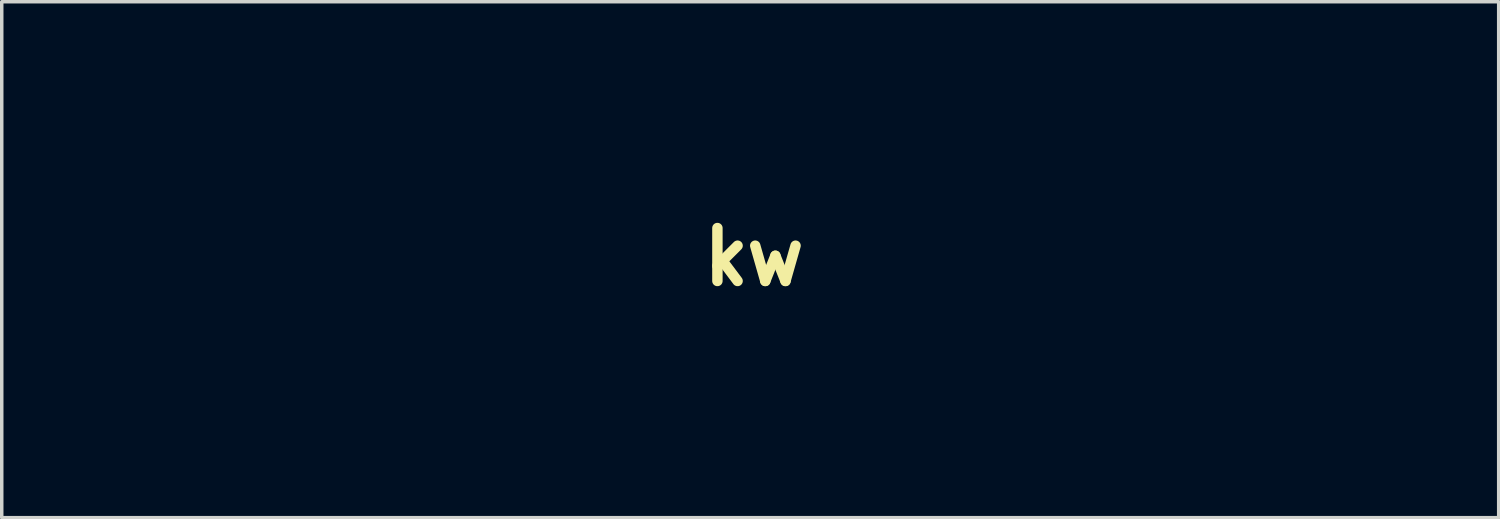
<source format=kicad_pcb>
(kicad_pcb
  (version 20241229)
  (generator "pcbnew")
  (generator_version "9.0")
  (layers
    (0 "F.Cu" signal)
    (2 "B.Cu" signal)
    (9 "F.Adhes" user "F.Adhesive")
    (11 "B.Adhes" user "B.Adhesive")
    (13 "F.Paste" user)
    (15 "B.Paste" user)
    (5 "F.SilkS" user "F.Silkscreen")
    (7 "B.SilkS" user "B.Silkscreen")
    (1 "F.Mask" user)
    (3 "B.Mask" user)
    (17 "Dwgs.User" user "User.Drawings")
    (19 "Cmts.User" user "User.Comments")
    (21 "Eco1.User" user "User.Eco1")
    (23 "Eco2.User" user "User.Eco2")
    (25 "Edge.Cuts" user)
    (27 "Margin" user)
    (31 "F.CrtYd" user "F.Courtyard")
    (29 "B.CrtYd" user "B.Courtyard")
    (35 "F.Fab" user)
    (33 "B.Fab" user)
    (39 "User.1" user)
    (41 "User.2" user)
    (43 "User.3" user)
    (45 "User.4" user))
  (footprint "kw"
    (layer "F.Cu")
    (at 18.654 4.349)
    (property "Reference" "kw" (at 0 0 0) (layer "F.SilkS") (effects (font (size 1.524 1.524) (thickness 0.3))))
    (attr through_hole)
    (fp_poly (pts (xy -1.417 2.71) (xy -1.388 2.81) (xy -1.392 2.848) (xy -1.463 2.976) (xy -1.592 3.039) (xy -1.721 3.022) (xy -1.785 2.948) (xy -1.791 2.79) (xy -1.675 2.701) (xy -1.551 2.685) (xy -1.417 2.71)) (stroke (width 0.01) (type solid)) (fill yes) (layer "F.Mask"))
    (fp_poly (pts (xy 16.859 -4.304) (xy 17.009 -4.227) (xy 17.054 -4.131) (xy 16.99 -3.895) (xy 16.81 -3.63) (xy 16.536 -3.36) (xy 16.19 -3.106) (xy 15.915 -2.949) (xy 15.696 -2.852) (xy 15.574 -2.843) (xy 15.531 -2.92) (xy 15.53 -2.941) (xy 15.561 -3.052) (xy 15.645 -3.256) (xy 15.765 -3.515) (xy 15.82 -3.627) (xy 15.966 -3.908) (xy 16.079 -4.087) (xy 16.183 -4.194) (xy 16.307 -4.259) (xy 16.401 -4.29) (xy 16.643 -4.328) (xy 16.859 -4.304)) (stroke (width 0.01) (type solid)) (fill yes) (layer "F.Mask"))
    (fp_poly (pts (xy 15.417 -4.333) (xy 15.567 -4.254) (xy 15.648 -4.185) (xy 15.668 -4.109) (xy 15.625 -3.979) (xy 15.569 -3.852) (xy 15.384 -3.578) (xy 15.086 -3.299) (xy 14.703 -3.039) (xy 14.536 -2.949) (xy 14.317 -2.852) (xy 14.195 -2.843) (xy 14.152 -2.92) (xy 14.151 -2.941) (xy 14.183 -3.053) (xy 14.266 -3.256) (xy 14.385 -3.515) (xy 14.438 -3.622) (xy 14.594 -3.916) (xy 14.72 -4.104) (xy 14.837 -4.215) (xy 14.957 -4.273) (xy 15.223 -4.344) (xy 15.417 -4.333)) (stroke (width 0.01) (type solid)) (fill yes) (layer "F.Mask"))
    (fp_poly (pts (xy 16.864 0.658) (xy 16.993 0.68) (xy 17.045 0.733) (xy 17.054 0.814) (xy 17.022 1.017) (xy 16.94 1.281) (xy 16.832 1.542) (xy 16.722 1.737) (xy 16.704 1.76) (xy 16.586 1.841) (xy 16.385 1.88) (xy 16.176 1.887) (xy 15.942 1.875) (xy 15.77 1.844) (xy 15.711 1.813) (xy 15.704 1.695) (xy 15.75 1.494) (xy 15.832 1.255) (xy 15.935 1.023) (xy 16.044 0.844) (xy 16.048 0.839) (xy 16.151 0.732) (xy 16.277 0.676) (xy 16.474 0.655) (xy 16.624 0.653) (xy 16.864 0.658)) (stroke (width 0.01) (type solid)) (fill yes) (layer "F.Mask"))
    (fp_poly (pts (xy 11.858 3.283) (xy 12.071 3.349) (xy 12.195 3.49) (xy 12.252 3.728) (xy 12.265 4.049) (xy 12.261 4.298) (xy 12.243 4.434) (xy 12.198 4.487) (xy 12.116 4.488) (xy 12.101 4.486) (xy 12.011 4.459) (xy 11.958 4.385) (xy 11.931 4.231) (xy 11.916 4.01) (xy 11.895 3.556) (xy 11.401 3.556) (xy 11.379 4.01) (xy 11.362 4.26) (xy 11.331 4.4) (xy 11.274 4.465) (xy 11.194 4.486) (xy 11.115 4.49) (xy 11.067 4.457) (xy 11.042 4.359) (xy 11.032 4.168) (xy 11.031 3.888) (xy 11.031 3.266) (xy 11.535 3.266) (xy 11.858 3.283)) (stroke (width 0.01) (type solid)) (fill yes) (layer "F.Mask"))
    (fp_poly (pts (xy 18.433 -2.703) (xy 18.404 -2.585) (xy 18.327 -2.364) (xy 18.212 -2.067) (xy 18.072 -1.72) (xy 17.917 -1.352) (xy 17.759 -0.989) (xy 17.61 -0.657) (xy 17.481 -0.384) (xy 17.384 -0.198) (xy 17.335 -0.127) (xy 17.166 -0.043) (xy 16.941 -0.000335) (xy 16.71 0.001) (xy 16.52 -0.041) (xy 16.422 -0.122) (xy 16.427 -0.238) (xy 16.475 -0.455) (xy 16.555 -0.739) (xy 16.656 -1.055) (xy 16.768 -1.37) (xy 16.88 -1.65) (xy 16.979 -1.861) (xy 16.999 -1.895) (xy 17.125 -2.047) (xy 17.32 -2.215) (xy 17.556 -2.382) (xy 17.806 -2.534) (xy 18.046 -2.657) (xy 18.248 -2.735) (xy 18.385 -2.754) (xy 18.433 -2.703)) (stroke (width 0.01) (type solid)) (fill yes) (layer "F.Mask"))
    (fp_poly (pts (xy -1.756 3.278) (xy -1.73 3.279) (xy -1.415 3.302) (xy -1.394 3.756) (xy -1.376 4.006) (xy -1.346 4.144) (xy -1.291 4.2) (xy -1.23 4.209) (xy -1.111 4.262) (xy -1.089 4.354) (xy -1.103 4.433) (xy -1.169 4.477) (xy -1.317 4.496) (xy -1.56 4.499) (xy -1.816 4.495) (xy -1.958 4.475) (xy -2.019 4.429) (xy -2.032 4.354) (xy -1.989 4.24) (xy -1.851 4.209) (xy -1.738 4.195) (xy -1.685 4.128) (xy -1.67 3.967) (xy -1.669 3.888) (xy -1.679 3.684) (xy -1.723 3.583) (xy -1.819 3.545) (xy -1.832 3.543) (xy -1.97 3.473) (xy -2.019 3.388) (xy -2.015 3.307) (xy -1.939 3.275) (xy -1.756 3.278)) (stroke (width 0.01) (type solid)) (fill yes) (layer "F.Mask"))
    (fp_poly (pts (xy 9.028 2.864) (xy 9.238 2.956) (xy 9.343 3.092) (xy 9.337 3.227) (xy 9.241 3.325) (xy 9.119 3.317) (xy 9.045 3.229) (xy 8.94 3.147) (xy 8.747 3.121) (xy 8.491 3.121) (xy 8.491 4.209) (xy 8.747 4.209) (xy 8.953 4.178) (xy 9.045 4.1) (xy 9.14 4.003) (xy 9.263 4.014) (xy 9.337 4.103) (xy 9.334 4.263) (xy 9.209 4.392) (xy 8.984 4.476) (xy 8.738 4.499) (xy 8.493 4.487) (xy 8.346 4.441) (xy 8.246 4.346) (xy 8.241 4.338) (xy 8.165 4.137) (xy 8.13 3.808) (xy 8.128 3.665) (xy 8.144 3.301) (xy 8.201 3.058) (xy 8.316 2.914) (xy 8.506 2.845) (xy 8.738 2.83) (xy 9.028 2.864)) (stroke (width 0.01) (type solid)) (fill yes) (layer "F.Mask"))
    (fp_poly (pts (xy 2.446 3.3) (xy 2.639 3.415) (xy 2.736 3.629) (xy 2.758 3.883) (xy 2.723 4.188) (xy 2.608 4.38) (xy 2.395 4.478) (xy 2.141 4.499) (xy 1.895 4.488) (xy 1.746 4.444) (xy 1.647 4.352) (xy 1.637 4.338) (xy 1.563 4.16) (xy 1.525 3.927) (xy 1.524 3.883) (xy 1.887 3.883) (xy 1.892 4.083) (xy 1.929 4.178) (xy 2.028 4.207) (xy 2.141 4.209) (xy 2.297 4.202) (xy 2.371 4.155) (xy 2.393 4.028) (xy 2.395 3.883) (xy 2.389 3.682) (xy 2.353 3.587) (xy 2.254 3.558) (xy 2.141 3.556) (xy 1.985 3.563) (xy 1.911 3.61) (xy 1.888 3.737) (xy 1.887 3.883) (xy 1.524 3.883) (xy 1.558 3.577) (xy 1.673 3.385) (xy 1.887 3.287) (xy 2.141 3.266) (xy 2.446 3.3)) (stroke (width 0.01) (type solid)) (fill yes) (layer "F.Mask"))
    (fp_poly (pts (xy 5.349 3.3) (xy 5.542 3.415) (xy 5.639 3.629) (xy 5.661 3.883) (xy 5.626 4.188) (xy 5.511 4.38) (xy 5.297 4.478) (xy 5.044 4.499) (xy 4.798 4.488) (xy 4.649 4.444) (xy 4.55 4.352) (xy 4.54 4.338) (xy 4.466 4.16) (xy 4.428 3.927) (xy 4.427 3.883) (xy 4.79 3.883) (xy 4.795 4.083) (xy 4.832 4.178) (xy 4.931 4.207) (xy 5.044 4.209) (xy 5.2 4.202) (xy 5.274 4.155) (xy 5.296 4.028) (xy 5.298 3.883) (xy 5.292 3.682) (xy 5.256 3.587) (xy 5.157 3.558) (xy 5.044 3.556) (xy 4.888 3.563) (xy 4.814 3.61) (xy 4.791 3.737) (xy 4.79 3.883) (xy 4.427 3.883) (xy 4.461 3.577) (xy 4.576 3.385) (xy 4.79 3.287) (xy 5.044 3.266) (xy 5.349 3.3)) (stroke (width 0.01) (type solid)) (fill yes) (layer "F.Mask"))
    (fp_poly (pts (xy 10.502 3.3) (xy 10.694 3.415) (xy 10.792 3.629) (xy 10.813 3.883) (xy 10.779 4.188) (xy 10.664 4.38) (xy 10.45 4.478) (xy 10.196 4.499) (xy 9.95 4.488) (xy 9.801 4.444) (xy 9.702 4.352) (xy 9.692 4.338) (xy 9.618 4.16) (xy 9.581 3.927) (xy 9.579 3.883) (xy 9.942 3.883) (xy 9.948 4.083) (xy 9.984 4.178) (xy 10.083 4.207) (xy 10.196 4.209) (xy 10.352 4.202) (xy 10.426 4.155) (xy 10.449 4.028) (xy 10.45 3.883) (xy 10.445 3.682) (xy 10.408 3.587) (xy 10.309 3.558) (xy 10.196 3.556) (xy 10.04 3.563) (xy 9.966 3.61) (xy 9.944 3.737) (xy 9.942 3.883) (xy 9.579 3.883) (xy 9.614 3.577) (xy 9.729 3.385) (xy 9.943 3.287) (xy 10.196 3.266) (xy 10.502 3.3)) (stroke (width 0.01) (type solid)) (fill yes) (layer "F.Mask"))
    (fp_poly (pts (xy -3.41 2.698) (xy -3.366 2.756) (xy -3.345 2.89) (xy -3.339 3.128) (xy -3.338 3.235) (xy -3.338 3.785) (xy -3.035 3.525) (xy -2.803 3.356) (xy -2.62 3.275) (xy -2.504 3.275) (xy -2.471 3.351) (xy -2.541 3.497) (xy -2.663 3.643) (xy -2.858 3.847) (xy -2.626 4.086) (xy -2.487 4.248) (xy -2.404 4.378) (xy -2.395 4.412) (xy -2.443 4.493) (xy -2.567 4.482) (xy -2.738 4.388) (xy -2.878 4.27) (xy -3.035 4.133) (xy -3.137 4.092) (xy -3.223 4.131) (xy -3.226 4.134) (xy -3.321 4.277) (xy -3.338 4.363) (xy -3.394 4.478) (xy -3.483 4.499) (xy -3.544 4.491) (xy -3.584 4.451) (xy -3.61 4.354) (xy -3.623 4.179) (xy -3.628 3.9) (xy -3.629 3.592) (xy -3.627 3.216) (xy -3.621 2.961) (xy -3.605 2.804) (xy -3.577 2.721) (xy -3.533 2.69) (xy -3.483 2.685) (xy -3.41 2.698)) (stroke (width 0.01) (type solid)) (fill yes) (layer "F.Mask"))
    (fp_poly (pts (xy 3.132 2.697) (xy 3.139 2.698) (xy 3.253 2.745) (xy 3.309 2.869) (xy 3.325 2.994) (xy 3.346 3.162) (xy 3.401 3.241) (xy 3.533 3.264) (xy 3.665 3.266) (xy 3.897 3.286) (xy 4.039 3.36) (xy 4.096 3.427) (xy 4.183 3.65) (xy 4.204 3.932) (xy 4.16 4.202) (xy 4.096 4.338) (xy 4.017 4.425) (xy 3.905 4.474) (xy 3.722 4.495) (xy 3.479 4.499) (xy 2.975 4.499) (xy 2.975 3.883) (xy 3.338 3.883) (xy 3.344 4.083) (xy 3.38 4.178) (xy 3.479 4.207) (xy 3.592 4.209) (xy 3.748 4.202) (xy 3.822 4.155) (xy 3.845 4.028) (xy 3.846 3.883) (xy 3.841 3.682) (xy 3.804 3.587) (xy 3.705 3.558) (xy 3.592 3.556) (xy 3.436 3.563) (xy 3.362 3.61) (xy 3.34 3.737) (xy 3.338 3.883) (xy 2.975 3.883) (xy 2.975 3.587) (xy 2.976 3.21) (xy 2.982 2.956) (xy 2.995 2.8) (xy 3.022 2.72) (xy 3.066 2.694) (xy 3.132 2.697)) (stroke (width 0.01) (type solid)) (fill yes) (layer "F.Mask"))
    (fp_poly (pts (xy -11.177 2.904) (xy -11.176 2.924) (xy -11.22 3.032) (xy -11.332 3.195) (xy -11.391 3.268) (xy -11.521 3.432) (xy -11.599 3.551) (xy -11.608 3.578) (xy -11.569 3.664) (xy -11.465 3.824) (xy -11.357 3.97) (xy -11.181 4.226) (xy -11.113 4.393) (xy -11.151 4.481) (xy -11.244 4.499) (xy -11.373 4.439) (xy -11.538 4.278) (xy -11.623 4.168) (xy -11.761 3.984) (xy -11.847 3.905) (xy -11.908 3.912) (xy -11.954 3.964) (xy -12.024 4.133) (xy -12.047 4.296) (xy -12.073 4.449) (xy -12.169 4.499) (xy -12.192 4.499) (xy -12.254 4.491) (xy -12.296 4.448) (xy -12.32 4.346) (xy -12.333 4.161) (xy -12.337 3.869) (xy -12.337 3.665) (xy -12.336 3.306) (xy -12.328 3.068) (xy -12.31 2.926) (xy -12.278 2.856) (xy -12.227 2.832) (xy -12.192 2.83) (xy -12.103 2.851) (xy -12.059 2.937) (xy -12.045 3.124) (xy -12.044 3.175) (xy -12.041 3.52) (xy -11.736 3.174) (xy -11.532 2.974) (xy -11.358 2.856) (xy -11.232 2.829) (xy -11.177 2.904)) (stroke (width 0.01) (type solid)) (fill yes) (layer "F.Mask"))
    (fp_poly (pts (xy 6.405 2.774) (xy 6.45 2.851) (xy 6.459 3.007) (xy 6.469 3.179) (xy 6.53 3.251) (xy 6.686 3.266) (xy 6.718 3.266) (xy 6.892 3.28) (xy 6.955 3.334) (xy 6.953 3.393) (xy 6.862 3.501) (xy 6.694 3.542) (xy 6.549 3.566) (xy 6.48 3.628) (xy 6.46 3.771) (xy 6.459 3.887) (xy 6.467 4.087) (xy 6.505 4.181) (xy 6.595 4.208) (xy 6.64 4.209) (xy 6.777 4.184) (xy 6.822 4.137) (xy 6.882 4.078) (xy 6.967 4.064) (xy 7.082 4.117) (xy 7.111 4.242) (xy 7.047 4.388) (xy 7.025 4.412) (xy 6.88 4.477) (xy 6.664 4.499) (xy 6.44 4.477) (xy 6.271 4.416) (xy 6.239 4.388) (xy 6.178 4.253) (xy 6.128 4.036) (xy 6.112 3.916) (xy 6.068 3.667) (xy 5.999 3.56) (xy 5.978 3.556) (xy 5.897 3.496) (xy 5.878 3.411) (xy 5.922 3.293) (xy 5.983 3.266) (xy 6.067 3.199) (xy 6.11 3.03) (xy 6.153 2.854) (xy 6.256 2.779) (xy 6.296 2.771) (xy 6.405 2.774)) (stroke (width 0.01) (type solid)) (fill yes) (layer "F.Mask"))
    (fp_poly (pts (xy 13.009 2.774) (xy 13.054 2.851) (xy 13.063 3.007) (xy 13.073 3.179) (xy 13.134 3.251) (xy 13.29 3.266) (xy 13.322 3.266) (xy 13.496 3.28) (xy 13.559 3.334) (xy 13.557 3.393) (xy 13.466 3.501) (xy 13.298 3.542) (xy 13.153 3.566) (xy 13.084 3.628) (xy 13.064 3.771) (xy 13.063 3.887) (xy 13.071 4.087) (xy 13.109 4.181) (xy 13.199 4.208) (xy 13.244 4.209) (xy 13.381 4.184) (xy 13.426 4.137) (xy 13.486 4.078) (xy 13.571 4.064) (xy 13.686 4.117) (xy 13.715 4.242) (xy 13.651 4.388) (xy 13.629 4.412) (xy 13.484 4.477) (xy 13.268 4.499) (xy 13.044 4.477) (xy 12.875 4.416) (xy 12.843 4.388) (xy 12.782 4.253) (xy 12.732 4.036) (xy 12.716 3.916) (xy 12.672 3.667) (xy 12.603 3.56) (xy 12.582 3.556) (xy 12.501 3.496) (xy 12.482 3.411) (xy 12.526 3.293) (xy 12.587 3.266) (xy 12.671 3.199) (xy 12.714 3.03) (xy 12.757 2.854) (xy 12.86 2.779) (xy 12.9 2.771) (xy 13.009 2.774)) (stroke (width 0.01) (type solid)) (fill yes) (layer "F.Mask"))
    (fp_poly (pts (xy 17.363 2.774) (xy 17.409 2.851) (xy 17.417 3.007) (xy 17.428 3.179) (xy 17.489 3.251) (xy 17.644 3.266) (xy 17.676 3.266) (xy 17.85 3.28) (xy 17.913 3.334) (xy 17.912 3.393) (xy 17.82 3.501) (xy 17.652 3.542) (xy 17.507 3.566) (xy 17.439 3.628) (xy 17.418 3.771) (xy 17.417 3.887) (xy 17.425 4.087) (xy 17.463 4.181) (xy 17.553 4.208) (xy 17.599 4.209) (xy 17.735 4.184) (xy 17.78 4.137) (xy 17.841 4.078) (xy 17.925 4.064) (xy 18.04 4.117) (xy 18.069 4.242) (xy 18.005 4.388) (xy 17.983 4.412) (xy 17.838 4.477) (xy 17.622 4.499) (xy 17.398 4.477) (xy 17.229 4.416) (xy 17.197 4.388) (xy 17.136 4.253) (xy 17.086 4.036) (xy 17.07 3.916) (xy 17.027 3.667) (xy 16.957 3.56) (xy 16.936 3.556) (xy 16.855 3.496) (xy 16.837 3.411) (xy 16.88 3.293) (xy 16.941 3.266) (xy 17.025 3.199) (xy 17.068 3.03) (xy 17.111 2.854) (xy 17.214 2.779) (xy 17.254 2.771) (xy 17.363 2.774)) (stroke (width 0.01) (type solid)) (fill yes) (layer "F.Mask"))
    (fp_poly (pts (xy -9.211 3.28) (xy -9.167 3.346) (xy -9.148 3.494) (xy -9.144 3.737) (xy -9.131 3.999) (xy -9.099 4.158) (xy -9.058 4.204) (xy -9.017 4.128) (xy -8.986 3.918) (xy -8.985 3.901) (xy -8.958 3.702) (xy -8.902 3.611) (xy -8.817 3.592) (xy -8.722 3.619) (xy -8.672 3.723) (xy -8.65 3.901) (xy -8.62 4.119) (xy -8.58 4.204) (xy -8.539 4.165) (xy -8.506 4.014) (xy -8.491 3.759) (xy -8.491 3.732) (xy -8.487 3.478) (xy -8.47 3.337) (xy -8.428 3.28) (xy -8.351 3.276) (xy -8.333 3.279) (xy -8.25 3.302) (xy -8.205 3.363) (xy -8.188 3.495) (xy -8.19 3.73) (xy -8.193 3.809) (xy -8.213 4.077) (xy -8.247 4.291) (xy -8.287 4.408) (xy -8.288 4.408) (xy -8.404 4.461) (xy -8.613 4.491) (xy -8.863 4.498) (xy -9.106 4.483) (xy -9.288 4.445) (xy -9.347 4.412) (xy -9.395 4.291) (xy -9.425 4.06) (xy -9.434 3.795) (xy -9.431 3.522) (xy -9.414 3.363) (xy -9.377 3.287) (xy -9.31 3.266) (xy -9.289 3.266) (xy -9.211 3.28)) (stroke (width 0.01) (type solid)) (fill yes) (layer "F.Mask"))
    (fp_poly (pts (xy -5.645 3.29) (xy -5.45 3.367) (xy -5.373 3.5) (xy -5.37 3.535) (xy -5.406 3.587) (xy -5.531 3.603) (xy -5.771 3.585) (xy -5.788 3.584) (xy -6.028 3.565) (xy -6.136 3.578) (xy -6.132 3.615) (xy -6.02 3.667) (xy -5.823 3.706) (xy -5.734 3.715) (xy -5.523 3.742) (xy -5.408 3.805) (xy -5.343 3.928) (xy -5.341 3.931) (xy -5.316 4.128) (xy -5.396 4.312) (xy -5.483 4.419) (xy -5.593 4.475) (xy -5.773 4.497) (xy -5.95 4.499) (xy -6.206 4.49) (xy -6.356 4.456) (xy -6.44 4.387) (xy -6.456 4.359) (xy -6.518 4.212) (xy -6.531 4.141) (xy -6.475 4.08) (xy -6.352 4.067) (xy -6.235 4.105) (xy -6.205 4.137) (xy -6.105 4.196) (xy -5.943 4.212) (xy -5.78 4.191) (xy -5.674 4.135) (xy -5.661 4.1) (xy -5.711 4.023) (xy -5.876 3.993) (xy -5.937 3.991) (xy -6.225 3.945) (xy -6.413 3.818) (xy -6.485 3.623) (xy -6.452 3.429) (xy -6.4 3.336) (xy -6.306 3.287) (xy -6.131 3.268) (xy -5.968 3.266) (xy -5.645 3.29)) (stroke (width 0.01) (type solid)) (fill yes) (layer "F.Mask"))
    (fp_poly (pts (xy 16.271 3.29) (xy 16.466 3.367) (xy 16.544 3.5) (xy 16.546 3.535) (xy 16.51 3.587) (xy 16.385 3.603) (xy 16.146 3.585) (xy 16.129 3.584) (xy 15.889 3.565) (xy 15.78 3.578) (xy 15.784 3.615) (xy 15.897 3.667) (xy 16.094 3.706) (xy 16.182 3.715) (xy 16.393 3.742) (xy 16.508 3.805) (xy 16.574 3.928) (xy 16.575 3.931) (xy 16.601 4.128) (xy 16.52 4.312) (xy 16.434 4.419) (xy 16.323 4.475) (xy 16.143 4.497) (xy 15.967 4.499) (xy 15.71 4.49) (xy 15.56 4.456) (xy 15.477 4.387) (xy 15.46 4.359) (xy 15.399 4.212) (xy 15.385 4.141) (xy 15.442 4.08) (xy 15.564 4.067) (xy 15.681 4.105) (xy 15.712 4.137) (xy 15.812 4.196) (xy 15.973 4.212) (xy 16.136 4.191) (xy 16.242 4.135) (xy 16.256 4.1) (xy 16.206 4.023) (xy 16.041 3.993) (xy 15.98 3.991) (xy 15.691 3.945) (xy 15.504 3.818) (xy 15.431 3.623) (xy 15.465 3.429) (xy 15.517 3.336) (xy 15.611 3.287) (xy 15.785 3.268) (xy 15.949 3.266) (xy 16.271 3.29)) (stroke (width 0.01) (type solid)) (fill yes) (layer "F.Mask"))
    (fp_poly (pts (xy -10.007 3.287) (xy -9.854 3.329) (xy -9.821 3.356) (xy -9.782 3.476) (xy -9.741 3.685) (xy -9.72 3.846) (xy -9.69 4.089) (xy -9.661 4.283) (xy -9.646 4.354) (xy -9.692 4.418) (xy -9.843 4.463) (xy -10.061 4.49) (xy -10.306 4.496) (xy -10.54 4.481) (xy -10.724 4.443) (xy -10.811 4.393) (xy -10.886 4.223) (xy -10.89 4.149) (xy -10.595 4.149) (xy -10.535 4.192) (xy -10.393 4.199) (xy -10.224 4.176) (xy -10.085 4.13) (xy -10.033 4.082) (xy -10.068 4.011) (xy -10.184 3.991) (xy -10.412 4.017) (xy -10.559 4.083) (xy -10.595 4.149) (xy -10.89 4.149) (xy -10.898 4.018) (xy -10.845 3.853) (xy -10.829 3.833) (xy -10.715 3.779) (xy -10.516 3.733) (xy -10.42 3.72) (xy -10.202 3.679) (xy -10.101 3.628) (xy -10.122 3.583) (xy -10.274 3.557) (xy -10.341 3.556) (xy -10.509 3.574) (xy -10.593 3.619) (xy -10.595 3.629) (xy -10.656 3.688) (xy -10.741 3.701) (xy -10.855 3.648) (xy -10.885 3.523) (xy -10.821 3.377) (xy -10.799 3.353) (xy -10.675 3.301) (xy -10.469 3.272) (xy -10.229 3.268) (xy -10.007 3.287)) (stroke (width 0.01) (type solid)) (fill yes) (layer "F.Mask"))
    (fp_poly (pts (xy -7.104 3.287) (xy -6.952 3.329) (xy -6.918 3.356) (xy -6.879 3.476) (xy -6.839 3.685) (xy -6.817 3.846) (xy -6.787 4.089) (xy -6.758 4.283) (xy -6.743 4.354) (xy -6.789 4.418) (xy -6.94 4.463) (xy -7.158 4.49) (xy -7.403 4.496) (xy -7.637 4.481) (xy -7.821 4.443) (xy -7.908 4.393) (xy -7.983 4.223) (xy -7.987 4.149) (xy -7.693 4.149) (xy -7.633 4.192) (xy -7.49 4.199) (xy -7.321 4.176) (xy -7.182 4.13) (xy -7.13 4.082) (xy -7.165 4.011) (xy -7.281 3.991) (xy -7.509 4.017) (xy -7.656 4.083) (xy -7.693 4.149) (xy -7.987 4.149) (xy -7.995 4.018) (xy -7.943 3.853) (xy -7.926 3.833) (xy -7.812 3.779) (xy -7.613 3.733) (xy -7.517 3.72) (xy -7.3 3.679) (xy -7.198 3.628) (xy -7.219 3.583) (xy -7.371 3.557) (xy -7.439 3.556) (xy -7.606 3.574) (xy -7.69 3.619) (xy -7.693 3.629) (xy -7.753 3.688) (xy -7.838 3.701) (xy -7.952 3.648) (xy -7.982 3.523) (xy -7.918 3.377) (xy -7.896 3.353) (xy -7.773 3.301) (xy -7.566 3.272) (xy -7.326 3.268) (xy -7.104 3.287)) (stroke (width 0.01) (type solid)) (fill yes) (layer "F.Mask"))
    (fp_poly (pts (xy -4.201 3.287) (xy -4.049 3.329) (xy -4.016 3.356) (xy -3.976 3.476) (xy -3.936 3.685) (xy -3.914 3.846) (xy -3.884 4.089) (xy -3.855 4.283) (xy -3.84 4.354) (xy -3.886 4.418) (xy -4.037 4.463) (xy -4.255 4.49) (xy -4.5 4.496) (xy -4.734 4.481) (xy -4.918 4.443) (xy -5.005 4.393) (xy -5.08 4.223) (xy -5.085 4.149) (xy -4.79 4.149) (xy -4.73 4.192) (xy -4.587 4.199) (xy -4.418 4.176) (xy -4.279 4.13) (xy -4.227 4.082) (xy -4.262 4.011) (xy -4.379 3.991) (xy -4.606 4.017) (xy -4.754 4.083) (xy -4.79 4.149) (xy -5.085 4.149) (xy -5.092 4.018) (xy -5.04 3.853) (xy -5.023 3.833) (xy -4.909 3.779) (xy -4.711 3.733) (xy -4.615 3.72) (xy -4.397 3.679) (xy -4.295 3.628) (xy -4.317 3.583) (xy -4.469 3.557) (xy -4.536 3.556) (xy -4.704 3.574) (xy -4.788 3.619) (xy -4.79 3.629) (xy -4.85 3.688) (xy -4.935 3.701) (xy -5.05 3.648) (xy -5.079 3.523) (xy -5.015 3.377) (xy -4.993 3.353) (xy -4.87 3.301) (xy -4.663 3.272) (xy -4.423 3.268) (xy -4.201 3.287)) (stroke (width 0.01) (type solid)) (fill yes) (layer "F.Mask"))
    (fp_poly (pts (xy 0.852 2.836) (xy 1.022 2.861) (xy 1.127 2.915) (xy 1.193 2.992) (xy 1.298 3.247) (xy 1.258 3.502) (xy 1.199 3.605) (xy 1.137 3.721) (xy 1.132 3.852) (xy 1.18 4.055) (xy 1.19 4.089) (xy 1.249 4.318) (xy 1.245 4.443) (xy 1.171 4.493) (xy 1.084 4.499) (xy 0.991 4.451) (xy 0.914 4.291) (xy 0.871 4.137) (xy 0.808 3.918) (xy 0.741 3.809) (xy 0.644 3.775) (xy 0.614 3.774) (xy 0.509 3.79) (xy 0.454 3.864) (xy 0.427 4.034) (xy 0.421 4.118) (xy 0.397 4.332) (xy 0.349 4.441) (xy 0.255 4.483) (xy 0.236 4.486) (xy 0.166 4.491) (xy 0.12 4.466) (xy 0.092 4.388) (xy 0.078 4.231) (xy 0.073 3.974) (xy 0.073 3.67) (xy 0.073 3.302) (xy 0.435 3.302) (xy 0.454 3.425) (xy 0.54 3.475) (xy 0.689 3.483) (xy 0.861 3.47) (xy 0.932 3.409) (xy 0.943 3.302) (xy 0.924 3.179) (xy 0.839 3.129) (xy 0.689 3.121) (xy 0.518 3.134) (xy 0.447 3.195) (xy 0.435 3.302) (xy 0.073 3.302) (xy 0.073 2.83) (xy 0.576 2.83) (xy 0.852 2.836)) (stroke (width 0.01) (type solid)) (fill yes) (layer "F.Mask"))
    (fp_poly (pts (xy 14.797 3.277) (xy 14.945 3.321) (xy 15.044 3.413) (xy 15.054 3.427) (xy 15.151 3.645) (xy 15.152 3.853) (xy 15.089 3.969) (xy 15.051 4.059) (xy 15.085 4.094) (xy 15.125 4.19) (xy 15.087 4.329) (xy 14.991 4.444) (xy 14.878 4.475) (xy 14.675 4.494) (xy 14.537 4.498) (xy 14.294 4.487) (xy 14.148 4.439) (xy 14.048 4.341) (xy 14.047 4.338) (xy 13.973 4.16) (xy 13.963 4.1) (xy 14.297 4.1) (xy 14.354 4.182) (xy 14.534 4.209) (xy 14.542 4.209) (xy 14.737 4.179) (xy 14.873 4.105) (xy 14.877 4.1) (xy 14.913 4.034) (xy 14.862 4.002) (xy 14.697 3.992) (xy 14.632 3.991) (xy 14.414 4.005) (xy 14.312 4.051) (xy 14.297 4.1) (xy 13.963 4.1) (xy 13.935 3.927) (xy 13.934 3.883) (xy 13.962 3.629) (xy 14.297 3.629) (xy 14.36 3.677) (xy 14.517 3.701) (xy 14.551 3.701) (xy 14.718 3.683) (xy 14.802 3.638) (xy 14.805 3.629) (xy 14.741 3.581) (xy 14.584 3.557) (xy 14.551 3.556) (xy 14.383 3.574) (xy 14.299 3.619) (xy 14.297 3.629) (xy 13.962 3.629) (xy 13.968 3.577) (xy 14.083 3.385) (xy 14.297 3.287) (xy 14.551 3.266) (xy 14.797 3.277)) (stroke (width 0.01) (type solid)) (fill yes) (layer "F.Mask"))
    (fp_poly (pts (xy -3.67 -2.394) (xy -2.971 -2.393) (xy -2.395 -2.39) (xy -1.93 -2.385) (xy -1.565 -2.378) (xy -1.287 -2.368) (xy -1.087 -2.356) (xy -0.951 -2.34) (xy -0.87 -2.321) (xy -0.831 -2.298) (xy -0.826 -2.289) (xy -0.835 -2.179) (xy -0.894 -1.967) (xy -0.99 -1.681) (xy -1.112 -1.352) (xy -1.249 -1.008) (xy -1.388 -0.679) (xy -1.518 -0.395) (xy -1.628 -0.183) (xy -1.694 -0.086) (xy -1.833 0.037) (xy -2.072 0.219) (xy -2.387 0.444) (xy -2.756 0.697) (xy -3.154 0.96) (xy -3.557 1.218) (xy -3.942 1.454) (xy -4.017 1.499) (xy -4.673 1.887) (xy -5.711 1.887) (xy -6.118 1.886) (xy -6.402 1.881) (xy -6.585 1.869) (xy -6.689 1.846) (xy -6.736 1.81) (xy -6.749 1.757) (xy -6.749 1.739) (xy -6.71 1.546) (xy -6.611 1.314) (xy -6.478 1.088) (xy -6.338 0.915) (xy -6.222 0.839) (xy -6.095 0.825) (xy -5.852 0.81) (xy -5.524 0.794) (xy -5.139 0.78) (xy -4.935 0.774) (xy -4.381 0.752) (xy -3.948 0.714) (xy -3.611 0.655) (xy -3.346 0.568) (xy -3.128 0.446) (xy -2.933 0.284) (xy -2.883 0.233) (xy -2.748 0.057) (xy -2.606 -0.187) (xy -2.473 -0.464) (xy -2.363 -0.738) (xy -2.293 -0.972) (xy -2.276 -1.131) (xy -2.287 -1.162) (xy -2.37 -1.184) (xy -2.579 -1.202) (xy -2.894 -1.216) (xy -3.293 -1.227) (xy -3.759 -1.234) (xy -4.269 -1.238) (xy -4.806 -1.239) (xy -5.348 -1.236) (xy -5.877 -1.23) (xy -6.371 -1.221) (xy -6.811 -1.208) (xy -7.178 -1.193) (xy -7.451 -1.175) (xy -7.61 -1.154) (xy -7.64 -1.143) (xy -7.725 -1.037) (xy -7.845 -0.836) (xy -7.978 -0.577) (xy -8.018 -0.492) (xy -8.153 -0.225) (xy -8.285 -0.007) (xy -8.391 0.125) (xy -8.415 0.143) (xy -8.583 0.194) (xy -8.811 0.218) (xy -9.053 0.215) (xy -9.262 0.187) (xy -9.389 0.136) (xy -9.406 0.115) (xy -9.391 0.012) (xy -9.32 -0.193) (xy -9.208 -0.474) (xy -9.064 -0.803) (xy -8.903 -1.156) (xy -8.736 -1.504) (xy -8.576 -1.822) (xy -8.435 -2.083) (xy -8.325 -2.261) (xy -8.267 -2.326) (xy -8.166 -2.341) (xy -7.931 -2.355) (xy -7.572 -2.367) (xy -7.099 -2.377) (xy -6.524 -2.385) (xy -5.856 -2.391) (xy -5.107 -2.394) (xy -4.502 -2.395) (xy -3.67 -2.394)) (stroke (width 0.01) (type solid)) (fill yes) (layer "F.Mask"))
    (fp_poly (pts (xy 4.646 -2.378) (xy 5.36 -2.372) (xy 5.941 -2.367) (xy 6.405 -2.36) (xy 6.763 -2.351) (xy 7.03 -2.341) (xy 7.219 -2.327) (xy 7.343 -2.309) (xy 7.416 -2.287) (xy 7.451 -2.26) (xy 7.46 -2.238) (xy 7.438 -2.13) (xy 7.364 -1.922) (xy 7.251 -1.641) (xy 7.11 -1.318) (xy 6.955 -0.98) (xy 6.798 -0.657) (xy 6.654 -0.377) (xy 6.554 -0.204) (xy 6.444 -0.072) (xy 6.24 0.129) (xy 5.966 0.378) (xy 5.644 0.657) (xy 5.297 0.946) (xy 4.948 1.226) (xy 4.619 1.478) (xy 4.334 1.682) (xy 4.319 1.692) (xy 4.03 1.887) (xy 1.142 1.887) (xy 0.399 1.886) (xy -0.21 1.884) (xy -0.7 1.879) (xy -1.08 1.872) (xy -1.365 1.861) (xy -1.565 1.847) (xy -1.694 1.83) (xy -1.764 1.808) (xy -1.784 1.787) (xy -1.771 1.681) (xy -1.701 1.475) (xy -1.59 1.197) (xy -1.448 0.875) (xy -1.366 0.7) (xy -0.115 0.7) (xy -0.114 0.703) (xy -0.034 0.728) (xy 0.17 0.75) (xy 0.478 0.768) (xy 0.87 0.783) (xy 1.325 0.794) (xy 1.823 0.801) (xy 2.342 0.805) (xy 2.864 0.804) (xy 3.366 0.8) (xy 3.83 0.791) (xy 4.233 0.779) (xy 4.556 0.762) (xy 4.778 0.741) (xy 4.874 0.719) (xy 4.953 0.63) (xy 5.074 0.438) (xy 5.222 0.175) (xy 5.38 -0.128) (xy 5.533 -0.439) (xy 5.665 -0.728) (xy 5.761 -0.964) (xy 5.805 -1.115) (xy 5.806 -1.131) (xy 5.787 -1.159) (xy 5.722 -1.181) (xy 5.598 -1.199) (xy 5.401 -1.212) (xy 5.118 -1.222) (xy 4.735 -1.228) (xy 4.24 -1.232) (xy 3.618 -1.234) (xy 3.313 -1.234) (xy 2.642 -1.233) (xy 2.101 -1.231) (xy 1.675 -1.227) (xy 1.35 -1.22) (xy 1.111 -1.209) (xy 0.943 -1.194) (xy 0.83 -1.174) (xy 0.759 -1.148) (xy 0.714 -1.115) (xy 0.705 -1.106) (xy 0.618 -0.977) (xy 0.498 -0.759) (xy 0.36 -0.482) (xy 0.217 -0.177) (xy 0.085 0.125) (xy -0.024 0.392) (xy -0.095 0.594) (xy -0.115 0.7) (xy -1.366 0.7) (xy -1.289 0.537) (xy -1.125 0.211) (xy -0.969 -0.074) (xy -0.897 -0.194) (xy -0.739 -0.395) (xy -0.488 -0.656) (xy -0.17 -0.954) (xy 0.189 -1.267) (xy 0.562 -1.572) (xy 0.923 -1.848) (xy 1.245 -2.072) (xy 1.49 -2.215) (xy 1.856 -2.397) (xy 4.646 -2.378)) (stroke (width 0.01) (type solid)) (fill yes) (layer "F.Mask"))
    (fp_poly (pts (xy 12.785 -3.048) (xy 12.761 -2.74) (xy 12.736 -2.431) (xy 14.1 -2.411) (xy 14.603 -2.402) (xy 14.977 -2.389) (xy 15.238 -2.371) (xy 15.402 -2.347) (xy 15.484 -2.315) (xy 15.501 -2.295) (xy 15.494 -2.163) (xy 15.427 -1.957) (xy 15.322 -1.722) (xy 15.199 -1.505) (xy 15.082 -1.351) (xy 15.034 -1.312) (xy 14.903 -1.283) (xy 14.643 -1.259) (xy 14.268 -1.243) (xy 13.795 -1.235) (xy 13.546 -1.234) (xy 12.205 -1.234) (xy 12.017 -1.01) (xy 11.878 -0.802) (xy 11.832 -0.634) (xy 11.883 -0.529) (xy 11.969 -0.508) (xy 12.179 -0.441) (xy 12.384 -0.256) (xy 12.56 0.018) (xy 12.653 0.251) (xy 12.744 0.492) (xy 12.854 0.65) (xy 13.016 0.742) (xy 13.258 0.786) (xy 13.612 0.798) (xy 13.65 0.798) (xy 13.958 0.81) (xy 14.137 0.856) (xy 14.2 0.955) (xy 14.163 1.125) (xy 14.075 1.317) (xy 13.924 1.597) (xy 13.79 1.767) (xy 13.639 1.854) (xy 13.437 1.885) (xy 13.318 1.887) (xy 13.014 1.851) (xy 12.797 1.729) (xy 12.641 1.498) (xy 12.556 1.27) (xy 12.452 0.972) (xy 12.345 0.789) (xy 12.201 0.693) (xy 11.986 0.657) (xy 11.804 0.653) (xy 11.505 0.672) (xy 11.288 0.744) (xy 11.122 0.895) (xy 10.974 1.148) (xy 10.887 1.343) (xy 10.751 1.62) (xy 10.606 1.785) (xy 10.409 1.864) (xy 10.118 1.887) (xy 10.074 1.887) (xy 9.837 1.878) (xy 9.7 1.835) (xy 9.653 1.736) (xy 9.689 1.558) (xy 9.801 1.278) (xy 9.837 1.196) (xy 9.942 0.92) (xy 9.969 0.75) (xy 9.952 0.706) (xy 9.847 0.674) (xy 9.644 0.66) (xy 9.408 0.666) (xy 9.183 0.685) (xy 9.009 0.721) (xy 8.847 0.792) (xy 8.657 0.916) (xy 8.398 1.112) (xy 8.366 1.136) (xy 8.083 1.348) (xy 7.804 1.542) (xy 7.573 1.688) (xy 7.494 1.732) (xy 7.255 1.822) (xy 6.987 1.875) (xy 6.731 1.89) (xy 6.528 1.863) (xy 6.419 1.793) (xy 6.415 1.785) (xy 6.42 1.65) (xy 6.484 1.444) (xy 6.584 1.214) (xy 6.699 1.01) (xy 6.807 0.881) (xy 6.827 0.868) (xy 6.961 0.834) (xy 7.192 0.809) (xy 7.474 0.798) (xy 7.509 0.798) (xy 7.827 0.789) (xy 8.09 0.751) (xy 8.333 0.67) (xy 8.591 0.532) (xy 8.898 0.322) (xy 9.169 0.12) (xy 9.504 -0.119) (xy 9.809 -0.306) (xy 10.051 -0.42) (xy 10.103 -0.436) (xy 10.323 -0.494) (xy 10.498 -0.541) (xy 10.534 -0.551) (xy 10.64 -0.633) (xy 10.745 -0.789) (xy 10.825 -0.966) (xy 10.855 -1.113) (xy 10.836 -1.167) (xy 10.747 -1.188) (xy 10.536 -1.208) (xy 10.228 -1.227) (xy 9.848 -1.241) (xy 9.432 -1.25) (xy 8.092 -1.27) (xy 8.074 -1.451) (xy 8.098 -1.615) (xy 8.179 -1.841) (xy 8.255 -1.996) (xy 8.455 -2.359) (xy 9.93 -2.395) (xy 11.406 -2.431) (xy 11.672 -2.741) (xy 11.831 -2.915) (xy 11.96 -3.008) (xy 12.118 -3.044) (xy 12.362 -3.049) (xy 12.785 -3.048)) (stroke (width 0.01) (type solid)) (fill yes) (layer "F.Mask"))
    (fp_poly (pts (xy -12.82 -3.169) (xy -12.678 -3.092) (xy -12.641 -2.95) (xy -12.656 -2.856) (xy -12.69 -2.72) (xy -12.709 -2.616) (xy -12.695 -2.541) (xy -12.634 -2.488) (xy -12.509 -2.454) (xy -12.303 -2.434) (xy -11.999 -2.423) (xy -11.582 -2.417) (xy -11.082 -2.412) (xy -10.527 -2.403) (xy -10.102 -2.393) (xy -9.792 -2.378) (xy -9.581 -2.36) (xy -9.454 -2.335) (xy -9.397 -2.304) (xy -9.391 -2.294) (xy -9.401 -2.185) (xy -9.462 -1.985) (xy -9.561 -1.733) (xy -9.583 -1.683) (xy -9.653 -1.532) (xy -9.723 -1.4) (xy -9.807 -1.273) (xy -9.918 -1.137) (xy -10.071 -0.978) (xy -10.278 -0.782) (xy -10.553 -0.535) (xy -10.91 -0.223) (xy -11.362 0.168) (xy -11.416 0.214) (xy -11.84 0.576) (xy -12.242 0.913) (xy -12.607 1.211) (xy -12.917 1.456) (xy -13.154 1.635) (xy -13.303 1.734) (xy -13.318 1.742) (xy -13.518 1.819) (xy -13.753 1.865) (xy -14.066 1.884) (xy -14.283 1.887) (xy -14.597 1.885) (xy -14.793 1.874) (xy -14.899 1.848) (xy -14.942 1.802) (xy -14.95 1.739) (xy -14.914 1.571) (xy -14.824 1.35) (xy -14.704 1.124) (xy -14.58 0.939) (xy -14.477 0.844) (xy -14.475 0.844) (xy -14.358 0.825) (xy -14.13 0.81) (xy -13.827 0.8) (xy -13.547 0.797) (xy -13.081 0.785) (xy -12.724 0.741) (xy -12.437 0.653) (xy -12.186 0.506) (xy -11.933 0.286) (xy -11.777 0.126) (xy -11.586 -0.106) (xy -11.395 -0.384) (xy -11.225 -0.674) (xy -11.097 -0.936) (xy -11.034 -1.133) (xy -11.031 -1.17) (xy -11.099 -1.192) (xy -11.289 -1.21) (xy -11.574 -1.224) (xy -11.932 -1.232) (xy -12.181 -1.234) (xy -13.33 -1.234) (xy -14.884 0.113) (xy -15.305 0.476) (xy -15.71 0.816) (xy -16.08 1.121) (xy -16.396 1.375) (xy -16.641 1.563) (xy -16.796 1.67) (xy -16.8 1.673) (xy -16.978 1.77) (xy -17.135 1.833) (xy -17.313 1.867) (xy -17.552 1.883) (xy -17.895 1.886) (xy -17.907 1.886) (xy -18.241 1.885) (xy -18.457 1.877) (xy -18.579 1.857) (xy -18.634 1.818) (xy -18.649 1.756) (xy -18.649 1.724) (xy -18.614 1.57) (xy -18.526 1.351) (xy -18.45 1.197) (xy -18.252 0.835) (xy -17.199 0.798) (xy -16.732 0.778) (xy -16.38 0.747) (xy -16.111 0.693) (xy -15.895 0.608) (xy -15.7 0.479) (xy -15.497 0.296) (xy -15.36 0.158) (xy -15.22 -0.014) (xy -15.063 -0.248) (xy -14.908 -0.51) (xy -14.772 -0.769) (xy -14.674 -0.99) (xy -14.631 -1.141) (xy -14.636 -1.179) (xy -14.716 -1.198) (xy -14.915 -1.214) (xy -15.21 -1.226) (xy -15.573 -1.232) (xy -15.819 -1.234) (xy -16.22 -1.236) (xy -16.576 -1.244) (xy -16.857 -1.255) (xy -17.038 -1.269) (xy -17.085 -1.278) (xy -17.177 -1.351) (xy -17.186 -1.485) (xy -17.11 -1.702) (xy -17.046 -1.835) (xy -16.947 -2.031) (xy -16.859 -2.175) (xy -16.761 -2.275) (xy -16.627 -2.339) (xy -16.436 -2.375) (xy -16.164 -2.391) (xy -15.787 -2.395) (xy -15.424 -2.395) (xy -14.966 -2.396) (xy -14.631 -2.401) (xy -14.395 -2.413) (xy -14.236 -2.434) (xy -14.131 -2.465) (xy -14.057 -2.51) (xy -14.026 -2.538) (xy -13.894 -2.697) (xy -13.825 -2.829) (xy -13.705 -2.992) (xy -13.482 -3.119) (xy -13.201 -3.186) (xy -13.085 -3.192) (xy -12.82 -3.169)) (stroke (width 0.01) (type solid)) (fill yes) (layer "F.Mask")))
  (gr_rect
    (start -3 -3)
    (end 40.092 11.853)
    (stroke (width 0.1) (type default))
    (fill no)
    (layer "Edge.Cuts")))
</source>
